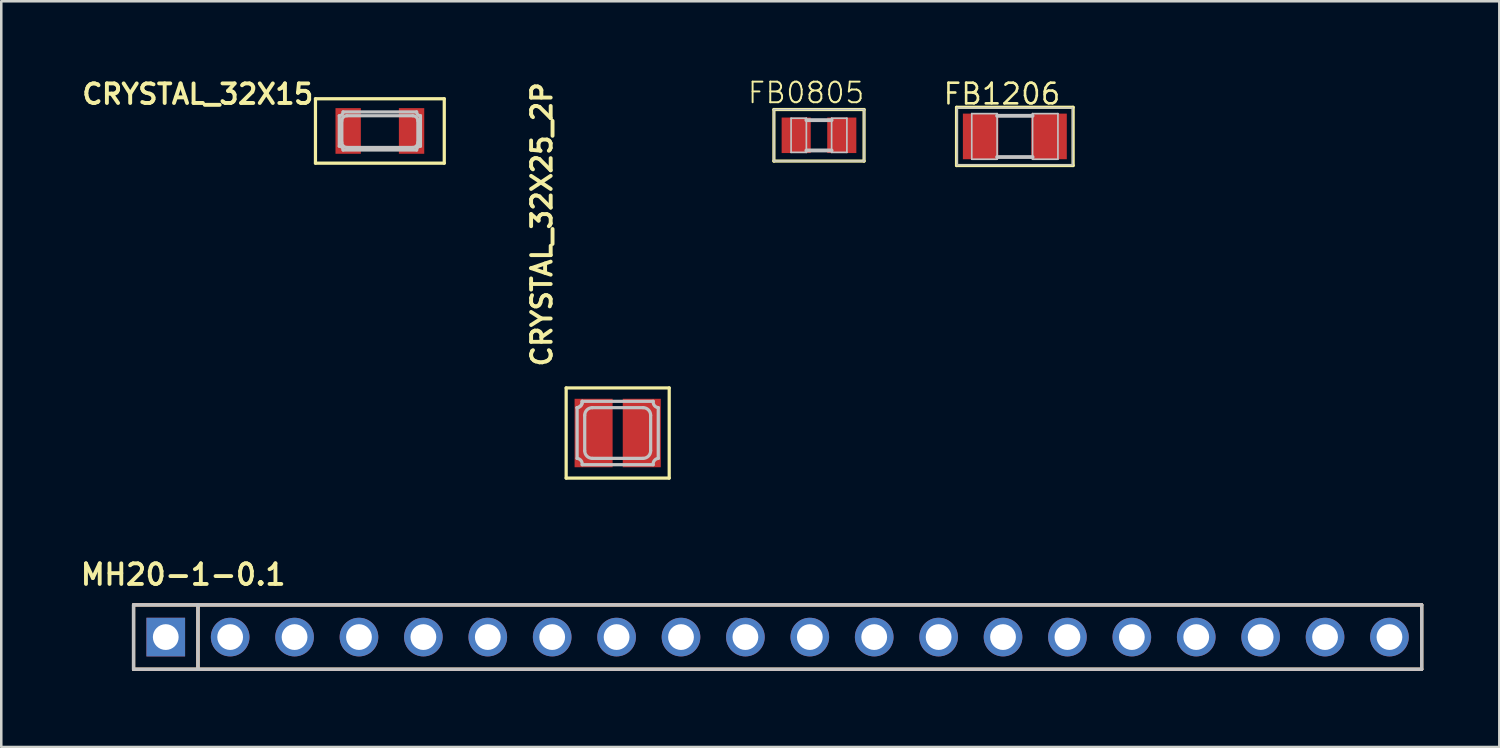
<source format=kicad_pcb>
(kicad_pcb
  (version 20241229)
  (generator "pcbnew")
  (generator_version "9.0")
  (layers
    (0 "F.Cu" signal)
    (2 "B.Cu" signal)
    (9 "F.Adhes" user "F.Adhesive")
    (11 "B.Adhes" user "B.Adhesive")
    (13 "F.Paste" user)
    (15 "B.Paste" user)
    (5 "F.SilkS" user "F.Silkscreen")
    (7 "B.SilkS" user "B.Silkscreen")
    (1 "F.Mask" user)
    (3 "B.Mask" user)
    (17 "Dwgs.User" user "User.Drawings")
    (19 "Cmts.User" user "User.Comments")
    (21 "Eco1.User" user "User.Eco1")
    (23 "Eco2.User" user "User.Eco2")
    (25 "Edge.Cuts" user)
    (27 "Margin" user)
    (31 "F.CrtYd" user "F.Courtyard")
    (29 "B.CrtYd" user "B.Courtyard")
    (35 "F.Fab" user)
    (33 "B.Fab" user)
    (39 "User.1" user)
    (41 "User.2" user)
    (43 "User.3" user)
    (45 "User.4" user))
  (footprint "FB0805"
    (layer "F.Cu")
    (at 29.249 2.286)
    (property "Reference" "FB0805" (at -0.508 -1.676 0) (layer "F.SilkS") (effects (font (size 0.813 0.813) (thickness 0.076))))
    (attr smd)
    (fp_line (start -1.778 -1.016) (end -1.778 1.016) (stroke (width 0.127) (type solid)) (layer "F.SilkS"))
    (fp_line (start -1.778 1.016) (end 1.778 1.016) (stroke (width 0.127) (type solid)) (layer "F.SilkS"))
    (fp_line (start 1.778 -1.016) (end -1.778 -1.016) (stroke (width 0.127) (type solid)) (layer "F.SilkS"))
    (fp_line (start 1.778 1.016) (end 1.778 -1.016) (stroke (width 0.127) (type solid)) (layer "F.SilkS"))
    (fp_line (start -1.778 -1.016) (end 1.778 -1.016) (stroke (width 0.051) (type solid)) (layer "Dwgs.User"))
    (fp_line (start -1.778 1.016) (end -1.778 -1.016) (stroke (width 0.051) (type solid)) (layer "Dwgs.User"))
    (fp_line (start -1.1 -0.673) (end -0.498 -0.673) (stroke (width 0.066) (type solid)) (layer "Dwgs.User"))
    (fp_line (start -1.1 0.673) (end -1.1 -0.673) (stroke (width 0.066) (type solid)) (layer "Dwgs.User"))
    (fp_line (start -1.1 0.673) (end -0.498 0.673) (stroke (width 0.066) (type solid)) (layer "Dwgs.User"))
    (fp_line (start -0.498 -0.599) (end 0.498 -0.599) (stroke (width 0.152) (type solid)) (layer "Dwgs.User"))
    (fp_line (start -0.498 0.599) (end 0.498 0.599) (stroke (width 0.152) (type solid)) (layer "Dwgs.User"))
    (fp_line (start -0.498 0.673) (end -0.498 -0.673) (stroke (width 0.066) (type solid)) (layer "Dwgs.User"))
    (fp_line (start 0.498 -0.673) (end 1.1 -0.673) (stroke (width 0.066) (type solid)) (layer "Dwgs.User"))
    (fp_line (start 0.498 0.673) (end 0.498 -0.673) (stroke (width 0.066) (type solid)) (layer "Dwgs.User"))
    (fp_line (start 0.498 0.673) (end 1.1 0.673) (stroke (width 0.066) (type solid)) (layer "Dwgs.User"))
    (fp_line (start 1.1 0.673) (end 1.1 -0.673) (stroke (width 0.066) (type solid)) (layer "Dwgs.User"))
    (fp_line (start 1.778 -1.016) (end 1.778 1.016) (stroke (width 0.051) (type solid)) (layer "Dwgs.User"))
    (fp_line (start 1.778 1.016) (end -1.778 1.016) (stroke (width 0.051) (type solid)) (layer "Dwgs.User"))
    (pad "1" smd rect (at -0.899 0) (size 1.148 1.4) (layers "F.Cu" "F.Mask" "F.Paste"))
    (pad "2" smd rect (at 0.899 0) (size 1.148 1.4) (layers "F.Cu" "F.Mask" "F.Paste")))
  (footprint "MH20-1-0.1"
    (layer "F.Cu")
    (at 3.487 22.075)
    (property "Reference" "MH20-1-0.1" (at 0.686 -2.464 0) (layer "F.SilkS") (effects (font (size 0.813 0.813) (thickness 0.152))))
    (attr exclude_from_pos_files exclude_from_bom)
    (fp_line (start -1.27 -1.27) (end 1.27 -1.27) (stroke (width 0.127) (type solid)) (layer "F.SilkS"))
    (fp_line (start -1.27 1.27) (end -1.27 -1.27) (stroke (width 0.127) (type solid)) (layer "F.SilkS"))
    (fp_line (start 1.27 -1.27) (end 1.27 1.27) (stroke (width 0.127) (type solid)) (layer "F.SilkS"))
    (fp_line (start 1.27 -1.27) (end 49.53 -1.27) (stroke (width 0.127) (type solid)) (layer "F.SilkS"))
    (fp_line (start 1.27 1.27) (end -1.27 1.27) (stroke (width 0.127) (type solid)) (layer "F.SilkS"))
    (fp_line (start 49.53 -1.27) (end 49.53 1.27) (stroke (width 0.127) (type solid)) (layer "F.SilkS"))
    (fp_line (start 49.53 1.27) (end 1.27 1.27) (stroke (width 0.127) (type solid)) (layer "F.SilkS"))
    (fp_line (start -1.27 -1.27) (end 1.27 -1.27) (stroke (width 0.127) (type solid)) (layer "B.SilkS"))
    (fp_line (start -1.27 1.27) (end -1.27 -1.27) (stroke (width 0.127) (type solid)) (layer "B.SilkS"))
    (fp_line (start 1.27 -1.27) (end 1.27 1.27) (stroke (width 0.127) (type solid)) (layer "B.SilkS"))
    (fp_line (start 1.27 -1.27) (end 49.53 -1.27) (stroke (width 0.127) (type solid)) (layer "B.SilkS"))
    (fp_line (start 1.27 1.27) (end -1.27 1.27) (stroke (width 0.127) (type solid)) (layer "B.SilkS"))
    (fp_line (start 49.53 -1.27) (end 49.53 1.27) (stroke (width 0.127) (type solid)) (layer "B.SilkS"))
    (fp_line (start 49.53 1.27) (end 1.27 1.27) (stroke (width 0.127) (type solid)) (layer "B.SilkS"))
    (fp_line (start -1.27 -1.27) (end 1.27 -1.27) (stroke (width 0.127) (type solid)) (layer "Dwgs.User"))
    (fp_line (start -1.27 1.27) (end -1.27 -1.27) (stroke (width 0.127) (type solid)) (layer "Dwgs.User"))
    (fp_line (start -0.254 -0.254) (end 0.254 -0.254) (stroke (width 0.066) (type solid)) (layer "Dwgs.User"))
    (fp_line (start -0.254 0.254) (end -0.254 -0.254) (stroke (width 0.066) (type solid)) (layer "Dwgs.User"))
    (fp_line (start -0.254 0.254) (end 0.254 0.254) (stroke (width 0.066) (type solid)) (layer "Dwgs.User"))
    (fp_line (start 0.254 0.254) (end 0.254 -0.254) (stroke (width 0.066) (type solid)) (layer "Dwgs.User"))
    (fp_line (start 1.27 -1.27) (end 1.27 1.27) (stroke (width 0.127) (type solid)) (layer "Dwgs.User"))
    (fp_line (start 1.27 -1.27) (end 49.53 -1.27) (stroke (width 0.127) (type solid)) (layer "Dwgs.User"))
    (fp_line (start 1.27 1.27) (end -1.27 1.27) (stroke (width 0.127) (type solid)) (layer "Dwgs.User"))
    (fp_line (start 2.286 -0.254) (end 2.794 -0.254) (stroke (width 0.066) (type solid)) (layer "Dwgs.User"))
    (fp_line (start 2.286 0.254) (end 2.286 -0.254) (stroke (width 0.066) (type solid)) (layer "Dwgs.User"))
    (fp_line (start 2.286 0.254) (end 2.794 0.254) (stroke (width 0.066) (type solid)) (layer "Dwgs.User"))
    (fp_line (start 2.794 0.254) (end 2.794 -0.254) (stroke (width 0.066) (type solid)) (layer "Dwgs.User"))
    (fp_line (start 4.826 -0.254) (end 5.334 -0.254) (stroke (width 0.066) (type solid)) (layer "Dwgs.User"))
    (fp_line (start 4.826 0.254) (end 4.826 -0.254) (stroke (width 0.066) (type solid)) (layer "Dwgs.User"))
    (fp_line (start 4.826 0.254) (end 5.334 0.254) (stroke (width 0.066) (type solid)) (layer "Dwgs.User"))
    (fp_line (start 5.334 0.254) (end 5.334 -0.254) (stroke (width 0.066) (type solid)) (layer "Dwgs.User"))
    (fp_line (start 7.366 -0.254) (end 7.874 -0.254) (stroke (width 0.066) (type solid)) (layer "Dwgs.User"))
    (fp_line (start 7.366 0.254) (end 7.366 -0.254) (stroke (width 0.066) (type solid)) (layer "Dwgs.User"))
    (fp_line (start 7.366 0.254) (end 7.874 0.254) (stroke (width 0.066) (type solid)) (layer "Dwgs.User"))
    (fp_line (start 7.874 0.254) (end 7.874 -0.254) (stroke (width 0.066) (type solid)) (layer "Dwgs.User"))
    (fp_line (start 9.906 -0.254) (end 10.414 -0.254) (stroke (width 0.066) (type solid)) (layer "Dwgs.User"))
    (fp_line (start 9.906 0.254) (end 9.906 -0.254) (stroke (width 0.066) (type solid)) (layer "Dwgs.User"))
    (fp_line (start 9.906 0.254) (end 10.414 0.254) (stroke (width 0.066) (type solid)) (layer "Dwgs.User"))
    (fp_line (start 10.414 0.254) (end 10.414 -0.254) (stroke (width 0.066) (type solid)) (layer "Dwgs.User"))
    (fp_line (start 12.446 -0.254) (end 12.954 -0.254) (stroke (width 0.066) (type solid)) (layer "Dwgs.User"))
    (fp_line (start 12.446 0.254) (end 12.446 -0.254) (stroke (width 0.066) (type solid)) (layer "Dwgs.User"))
    (fp_line (start 12.446 0.254) (end 12.954 0.254) (stroke (width 0.066) (type solid)) (layer "Dwgs.User"))
    (fp_line (start 12.954 0.254) (end 12.954 -0.254) (stroke (width 0.066) (type solid)) (layer "Dwgs.User"))
    (fp_line (start 14.986 -0.254) (end 15.494 -0.254) (stroke (width 0.066) (type solid)) (layer "Dwgs.User"))
    (fp_line (start 14.986 0.254) (end 14.986 -0.254) (stroke (width 0.066) (type solid)) (layer "Dwgs.User"))
    (fp_line (start 14.986 0.254) (end 15.494 0.254) (stroke (width 0.066) (type solid)) (layer "Dwgs.User"))
    (fp_line (start 15.494 0.254) (end 15.494 -0.254) (stroke (width 0.066) (type solid)) (layer "Dwgs.User"))
    (fp_line (start 17.523 -0.254) (end 18.034 -0.254) (stroke (width 0.066) (type solid)) (layer "Dwgs.User"))
    (fp_line (start 17.523 0.254) (end 17.523 -0.254) (stroke (width 0.066) (type solid)) (layer "Dwgs.User"))
    (fp_line (start 17.523 0.254) (end 18.034 0.254) (stroke (width 0.066) (type solid)) (layer "Dwgs.User"))
    (fp_line (start 18.034 0.254) (end 18.034 -0.254) (stroke (width 0.066) (type solid)) (layer "Dwgs.User"))
    (fp_line (start 20.066 -0.254) (end 20.574 -0.254) (stroke (width 0.066) (type solid)) (layer "Dwgs.User"))
    (fp_line (start 20.066 0.254) (end 20.066 -0.254) (stroke (width 0.066) (type solid)) (layer "Dwgs.User"))
    (fp_line (start 20.066 0.254) (end 20.574 0.254) (stroke (width 0.066) (type solid)) (layer "Dwgs.User"))
    (fp_line (start 20.574 0.254) (end 20.574 -0.254) (stroke (width 0.066) (type solid)) (layer "Dwgs.User"))
    (fp_line (start 22.606 -0.254) (end 23.114 -0.254) (stroke (width 0.066) (type solid)) (layer "Dwgs.User"))
    (fp_line (start 22.606 0.254) (end 22.606 -0.254) (stroke (width 0.066) (type solid)) (layer "Dwgs.User"))
    (fp_line (start 22.606 0.254) (end 23.114 0.254) (stroke (width 0.066) (type solid)) (layer "Dwgs.User"))
    (fp_line (start 23.114 0.254) (end 23.114 -0.254) (stroke (width 0.066) (type solid)) (layer "Dwgs.User"))
    (fp_line (start 25.146 -0.254) (end 25.654 -0.254) (stroke (width 0.066) (type solid)) (layer "Dwgs.User"))
    (fp_line (start 25.146 0.254) (end 25.146 -0.254) (stroke (width 0.066) (type solid)) (layer "Dwgs.User"))
    (fp_line (start 25.146 0.254) (end 25.654 0.254) (stroke (width 0.066) (type solid)) (layer "Dwgs.User"))
    (fp_line (start 25.654 0.254) (end 25.654 -0.254) (stroke (width 0.066) (type solid)) (layer "Dwgs.User"))
    (fp_line (start 27.686 -0.254) (end 28.194 -0.254) (stroke (width 0.066) (type solid)) (layer "Dwgs.User"))
    (fp_line (start 27.686 0.254) (end 27.686 -0.254) (stroke (width 0.066) (type solid)) (layer "Dwgs.User"))
    (fp_line (start 27.686 0.254) (end 28.194 0.254) (stroke (width 0.066) (type solid)) (layer "Dwgs.User"))
    (fp_line (start 28.194 0.254) (end 28.194 -0.254) (stroke (width 0.066) (type solid)) (layer "Dwgs.User"))
    (fp_line (start 30.226 -0.254) (end 30.734 -0.254) (stroke (width 0.066) (type solid)) (layer "Dwgs.User"))
    (fp_line (start 30.226 0.254) (end 30.226 -0.254) (stroke (width 0.066) (type solid)) (layer "Dwgs.User"))
    (fp_line (start 30.226 0.254) (end 30.734 0.254) (stroke (width 0.066) (type solid)) (layer "Dwgs.User"))
    (fp_line (start 30.734 0.254) (end 30.734 -0.254) (stroke (width 0.066) (type solid)) (layer "Dwgs.User"))
    (fp_line (start 32.766 -0.254) (end 33.274 -0.254) (stroke (width 0.066) (type solid)) (layer "Dwgs.User"))
    (fp_line (start 32.766 0.254) (end 32.766 -0.254) (stroke (width 0.066) (type solid)) (layer "Dwgs.User"))
    (fp_line (start 32.766 0.254) (end 33.274 0.254) (stroke (width 0.066) (type solid)) (layer "Dwgs.User"))
    (fp_line (start 33.274 0.254) (end 33.274 -0.254) (stroke (width 0.066) (type solid)) (layer "Dwgs.User"))
    (fp_line (start 35.303 -0.254) (end 35.814 -0.254) (stroke (width 0.066) (type solid)) (layer "Dwgs.User"))
    (fp_line (start 35.303 0.254) (end 35.303 -0.254) (stroke (width 0.066) (type solid)) (layer "Dwgs.User"))
    (fp_line (start 35.303 0.254) (end 35.814 0.254) (stroke (width 0.066) (type solid)) (layer "Dwgs.User"))
    (fp_line (start 35.814 0.254) (end 35.814 -0.254) (stroke (width 0.066) (type solid)) (layer "Dwgs.User"))
    (fp_line (start 37.846 -0.254) (end 38.354 -0.254) (stroke (width 0.066) (type solid)) (layer "Dwgs.User"))
    (fp_line (start 37.846 0.254) (end 37.846 -0.254) (stroke (width 0.066) (type solid)) (layer "Dwgs.User"))
    (fp_line (start 37.846 0.254) (end 38.354 0.254) (stroke (width 0.066) (type solid)) (layer "Dwgs.User"))
    (fp_line (start 38.354 0.254) (end 38.354 -0.254) (stroke (width 0.066) (type solid)) (layer "Dwgs.User"))
    (fp_line (start 40.386 -0.254) (end 40.894 -0.254) (stroke (width 0.066) (type solid)) (layer "Dwgs.User"))
    (fp_line (start 40.386 0.254) (end 40.386 -0.254) (stroke (width 0.066) (type solid)) (layer "Dwgs.User"))
    (fp_line (start 40.386 0.254) (end 40.894 0.254) (stroke (width 0.066) (type solid)) (layer "Dwgs.User"))
    (fp_line (start 40.894 0.254) (end 40.894 -0.254) (stroke (width 0.066) (type solid)) (layer "Dwgs.User"))
    (fp_line (start 42.926 -0.254) (end 43.434 -0.254) (stroke (width 0.066) (type solid)) (layer "Dwgs.User"))
    (fp_line (start 42.926 0.254) (end 42.926 -0.254) (stroke (width 0.066) (type solid)) (layer "Dwgs.User"))
    (fp_line (start 42.926 0.254) (end 43.434 0.254) (stroke (width 0.066) (type solid)) (layer "Dwgs.User"))
    (fp_line (start 43.434 0.254) (end 43.434 -0.254) (stroke (width 0.066) (type solid)) (layer "Dwgs.User"))
    (fp_line (start 45.466 -0.254) (end 45.974 -0.254) (stroke (width 0.066) (type solid)) (layer "Dwgs.User"))
    (fp_line (start 45.466 0.254) (end 45.466 -0.254) (stroke (width 0.066) (type solid)) (layer "Dwgs.User"))
    (fp_line (start 45.466 0.254) (end 45.974 0.254) (stroke (width 0.066) (type solid)) (layer "Dwgs.User"))
    (fp_line (start 45.974 0.254) (end 45.974 -0.254) (stroke (width 0.066) (type solid)) (layer "Dwgs.User"))
    (fp_line (start 48.006 -0.254) (end 48.514 -0.254) (stroke (width 0.066) (type solid)) (layer "Dwgs.User"))
    (fp_line (start 48.006 0.254) (end 48.006 -0.254) (stroke (width 0.066) (type solid)) (layer "Dwgs.User"))
    (fp_line (start 48.006 0.254) (end 48.514 0.254) (stroke (width 0.066) (type solid)) (layer "Dwgs.User"))
    (fp_line (start 48.514 0.254) (end 48.514 -0.254) (stroke (width 0.066) (type solid)) (layer "Dwgs.User"))
    (fp_line (start 49.53 -1.27) (end 49.53 1.27) (stroke (width 0.127) (type solid)) (layer "Dwgs.User"))
    (fp_line (start 49.53 1.27) (end 1.27 1.27) (stroke (width 0.127) (type solid)) (layer "Dwgs.User"))
    (pad "1" thru_hole rect (at 0 0) (size 1.524 1.524) (drill 1.016) (layers "*.Cu" "*.Paste" "*.Mask"))
    (pad "2" thru_hole circle (at 2.54 0) (size 1.524 1.524) (drill 1.016) (layers "*.Cu" "*.Paste" "*.Mask"))
    (pad "3" thru_hole circle (at 5.08 0) (size 1.524 1.524) (drill 1.016) (layers "*.Cu" "*.Paste" "*.Mask"))
    (pad "4" thru_hole circle (at 7.62 0) (size 1.524 1.524) (drill 1.016) (layers "*.Cu" "*.Paste" "*.Mask"))
    (pad "5" thru_hole circle (at 10.16 0) (size 1.524 1.524) (drill 1.016) (layers "*.Cu" "*.Paste" "*.Mask"))
    (pad "6" thru_hole circle (at 12.7 0) (size 1.524 1.524) (drill 1.016) (layers "*.Cu" "*.Paste" "*.Mask"))
    (pad "7" thru_hole circle (at 15.24 0) (size 1.524 1.524) (drill 1.016) (layers "*.Cu" "*.Paste" "*.Mask"))
    (pad "8" thru_hole circle (at 17.78 0) (size 1.524 1.524) (drill 1.016) (layers "*.Cu" "*.Paste" "*.Mask"))
    (pad "9" thru_hole circle (at 20.32 0) (size 1.524 1.524) (drill 1.016) (layers "*.Cu" "*.Paste" "*.Mask"))
    (pad "10" thru_hole circle (at 22.86 0) (size 1.524 1.524) (drill 1.016) (layers "*.Cu" "*.Paste" "*.Mask"))
    (pad "11" thru_hole circle (at 25.4 0) (size 1.524 1.524) (drill 1.016) (layers "*.Cu" "*.Paste" "*.Mask"))
    (pad "12" thru_hole circle (at 27.94 0) (size 1.524 1.524) (drill 1.016) (layers "*.Cu" "*.Paste" "*.Mask"))
    (pad "13" thru_hole circle (at 30.48 0) (size 1.524 1.524) (drill 1.016) (layers "*.Cu" "*.Paste" "*.Mask"))
    (pad "14" thru_hole circle (at 33.02 0) (size 1.524 1.524) (drill 1.016) (layers "*.Cu" "*.Paste" "*.Mask"))
    (pad "15" thru_hole circle (at 35.56 0) (size 1.524 1.524) (drill 1.016) (layers "*.Cu" "*.Paste" "*.Mask"))
    (pad "16" thru_hole circle (at 38.1 0) (size 1.524 1.524) (drill 1.016) (layers "*.Cu" "*.Paste" "*.Mask"))
    (pad "17" thru_hole circle (at 40.64 0) (size 1.524 1.524) (drill 1.016) (layers "*.Cu" "*.Paste" "*.Mask"))
    (pad "18" thru_hole circle (at 43.18 0) (size 1.524 1.524) (drill 1.016) (layers "*.Cu" "*.Paste" "*.Mask"))
    (pad "19" thru_hole circle (at 45.72 0) (size 1.524 1.524) (drill 1.016) (layers "*.Cu" "*.Paste" "*.Mask"))
    (pad "20" thru_hole circle (at 48.26 0) (size 1.524 1.524) (drill 1.016) (layers "*.Cu" "*.Paste" "*.Mask")))
  (footprint "FB1206"
    (layer "F.Cu")
    (at 36.973 2.33)
    (property "Reference" "FB1206" (at -0.508 -1.676 0) (layer "F.SilkS") (effects (font (size 0.813 0.813) (thickness 0.102))))
    (attr smd)
    (fp_line (start -2.299 -1.148) (end -2.299 1.148) (stroke (width 0.127) (type solid)) (layer "F.SilkS"))
    (fp_line (start -2.299 1.148) (end 2.299 1.148) (stroke (width 0.127) (type solid)) (layer "F.SilkS"))
    (fp_line (start 2.299 -1.148) (end -2.299 -1.148) (stroke (width 0.127) (type solid)) (layer "F.SilkS"))
    (fp_line (start 2.299 1.148) (end 2.299 -1.148) (stroke (width 0.127) (type solid)) (layer "F.SilkS"))
    (fp_line (start -2.273 -1.123) (end -2.273 1.123) (stroke (width 0.051) (type solid)) (layer "Dwgs.User"))
    (fp_line (start -2.273 1.123) (end 2.273 1.123) (stroke (width 0.051) (type solid)) (layer "Dwgs.User"))
    (fp_line (start -1.699 -0.899) (end -0.699 -0.899) (stroke (width 0.066) (type solid)) (layer "Dwgs.User"))
    (fp_line (start -1.699 0.899) (end -1.699 -0.899) (stroke (width 0.066) (type solid)) (layer "Dwgs.User"))
    (fp_line (start -1.699 0.899) (end -0.699 0.899) (stroke (width 0.066) (type solid)) (layer "Dwgs.User"))
    (fp_line (start -0.699 0.899) (end -0.699 -0.899) (stroke (width 0.066) (type solid)) (layer "Dwgs.User"))
    (fp_line (start 0.699 -0.899) (end 1.699 -0.899) (stroke (width 0.066) (type solid)) (layer "Dwgs.User"))
    (fp_line (start 0.699 -0.813) (end -0.699 -0.813) (stroke (width 0.152) (type solid)) (layer "Dwgs.User"))
    (fp_line (start 0.699 0.813) (end -0.699 0.813) (stroke (width 0.152) (type solid)) (layer "Dwgs.User"))
    (fp_line (start 0.699 0.899) (end 0.699 -0.899) (stroke (width 0.066) (type solid)) (layer "Dwgs.User"))
    (fp_line (start 0.699 0.899) (end 1.699 0.899) (stroke (width 0.066) (type solid)) (layer "Dwgs.User"))
    (fp_line (start 1.699 0.899) (end 1.699 -0.899) (stroke (width 0.066) (type solid)) (layer "Dwgs.User"))
    (fp_line (start 2.273 -1.123) (end -2.273 -1.123) (stroke (width 0.051) (type solid)) (layer "Dwgs.User"))
    (fp_line (start 2.273 1.123) (end 2.273 -1.123) (stroke (width 0.051) (type solid)) (layer "Dwgs.User"))
    (pad "1" smd rect (at -1.349 0) (size 1.4 1.798) (layers "F.Cu" "F.Mask" "F.Paste"))
    (pad "2" smd rect (at 1.349 0) (size 1.4 1.798) (layers "F.Cu" "F.Mask" "F.Paste")))
  (footprint "CRYSTAL_32X25_2P"
    (layer "F.Cu")
    (at 21.31 14.027)
    (property "Reference" "CRYSTAL_32X25_2P" (at -2.54 -2.54 90) (layer "F.SilkS") (effects (font (size 0.772 0.772) (thickness 0.154)) (justify left bottom)))
    (attr through_hole)
    (fp_line (start -2.032 -1.778) (end 2.032 -1.778) (stroke (width 0.127) (type solid)) (layer "F.SilkS"))
    (fp_line (start -2.032 1.778) (end -2.032 -1.778) (stroke (width 0.127) (type solid)) (layer "F.SilkS"))
    (fp_line (start 2.032 -1.778) (end 2.032 1.778) (stroke (width 0.127) (type solid)) (layer "F.SilkS"))
    (fp_line (start 2.032 1.778) (end -2.032 1.778) (stroke (width 0.127) (type solid)) (layer "F.SilkS"))
    (fp_line (start -1.6 -1) (end -1.6 1) (stroke (width 0.127) (type solid)) (layer "Dwgs.User"))
    (fp_line (start -1.4 1.25) (end 1.4 1.25) (stroke (width 0.127) (type solid)) (layer "Dwgs.User"))
    (fp_line (start -1.3 -0.7) (end -1.3 0.7) (stroke (width 0.127) (type solid)) (layer "Dwgs.User"))
    (fp_line (start -1 1) (end 1 1) (stroke (width 0.127) (type solid)) (layer "Dwgs.User"))
    (fp_line (start 1 -1) (end -1 -1) (stroke (width 0.127) (type solid)) (layer "Dwgs.User"))
    (fp_line (start 1.3 0.7) (end 1.3 -0.7) (stroke (width 0.127) (type solid)) (layer "Dwgs.User"))
    (fp_line (start 1.4 -1.25) (end -1.4 -1.25) (stroke (width 0.127) (type solid)) (layer "Dwgs.User"))
    (fp_line (start 1.6 1) (end 1.6 -1) (stroke (width 0.127) (type solid)) (layer "Dwgs.User"))
    (fp_arc (start -1.6 1) (mid -1.448223 1.083579) (end -1.4 1.25) (stroke (width 0.127) (type solid)) (layer "Dwgs.User"))
    (fp_arc (start -1.4 -1.25) (mid -1.448223 -1.083579) (end -1.6 -1) (stroke (width 0.127) (type solid)) (layer "Dwgs.User"))
    (fp_arc (start -1.4 -1.25) (mid -1.448223 -1.083579) (end -1.6 -1) (stroke (width 0.127) (type solid)) (layer "Dwgs.User"))
    (fp_arc (start -1.3 -0.7) (mid -1.212132 -0.912132) (end -1 -1) (stroke (width 0.127) (type solid)) (layer "Dwgs.User"))
    (fp_arc (start -1 1) (mid -1.212132 0.912132) (end -1.3 0.7) (stroke (width 0.127) (type solid)) (layer "Dwgs.User"))
    (fp_arc (start 1 -1) (mid 1.212132 -0.912132) (end 1.3 -0.7) (stroke (width 0.127) (type solid)) (layer "Dwgs.User"))
    (fp_arc (start 1.3 0.7) (mid 1.212132 0.912132) (end 1 1) (stroke (width 0.127) (type solid)) (layer "Dwgs.User"))
    (fp_arc (start 1.4 1.25) (mid 1.448223 1.083579) (end 1.6 1) (stroke (width 0.127) (type solid)) (layer "Dwgs.User"))
    (fp_arc (start 1.6 -1) (mid 1.448223 -1.083579) (end 1.4 -1.25) (stroke (width 0.127) (type solid)) (layer "Dwgs.User"))
    (pad "1" smd rect (at -0.95 0) (size 1.5 2.7) (layers "F.Cu" "F.Mask" "F.Paste"))
    (pad "2" smd rect (at 0.95 0) (size 1.5 2.7) (layers "F.Cu" "F.Mask" "F.Paste")))
  (footprint "CRYSTAL_32X15"
    (layer "F.Cu")
    (at 11.931 2.115)
    (property "Reference" "CRYSTAL_32X15" (at -2.54 -1.905 0) (layer "F.SilkS") (effects (font (size 0.772 0.772) (thickness 0.154)) (justify right top)))
    (attr through_hole)
    (fp_line (start -2.54 -1.27) (end 2.54 -1.27) (stroke (width 0.127) (type solid)) (layer "F.SilkS"))
    (fp_line (start -2.54 1.27) (end -2.54 -1.27) (stroke (width 0.127) (type solid)) (layer "F.SilkS"))
    (fp_line (start 2.54 -1.27) (end 2.54 1.27) (stroke (width 0.127) (type solid)) (layer "F.SilkS"))
    (fp_line (start 2.54 1.27) (end -2.54 1.27) (stroke (width 0.127) (type solid)) (layer "F.SilkS"))
    (fp_line (start -1.6 0.6) (end -1.6 -0.6) (stroke (width 0.127) (type solid)) (layer "Dwgs.User"))
    (fp_line (start -1.5 0.45) (end -1.5 -0.4) (stroke (width 0.127) (type solid)) (layer "Dwgs.User"))
    (fp_line (start -1.45 -0.75) (end 1.45 -0.75) (stroke (width 0.127) (type solid)) (layer "Dwgs.User"))
    (fp_line (start -1.3 -0.6) (end 1.3 -0.6) (stroke (width 0.127) (type solid)) (layer "Dwgs.User"))
    (fp_line (start 1.3 0.65) (end -1.3 0.65) (stroke (width 0.127) (type solid)) (layer "Dwgs.User"))
    (fp_line (start 1.45 0.75) (end -1.45 0.75) (stroke (width 0.127) (type solid)) (layer "Dwgs.User"))
    (fp_line (start 1.5 -0.4) (end 1.5 0.45) (stroke (width 0.127) (type solid)) (layer "Dwgs.User"))
    (fp_line (start 1.6 -0.6) (end 1.6 0.6) (stroke (width 0.127) (type solid)) (layer "Dwgs.User"))
    (fp_arc (start -1.6 0.6) (mid -1.493934 0.643934) (end -1.45 0.75) (stroke (width 0.127) (type solid)) (layer "Dwgs.User"))
    (fp_arc (start -1.5 -0.4) (mid -1.441421 -0.541421) (end -1.3 -0.6) (stroke (width 0.127) (type solid)) (layer "Dwgs.User"))
    (fp_arc (start -1.45 -0.75) (mid -1.493934 -0.643934) (end -1.6 -0.6) (stroke (width 0.127) (type solid)) (layer "Dwgs.User"))
    (fp_arc (start -1.3 0.65) (mid -1.441421 0.591421) (end -1.5 0.45) (stroke (width 0.127) (type solid)) (layer "Dwgs.User"))
    (fp_arc (start 1.3 -0.6) (mid 1.441421 -0.541421) (end 1.5 -0.4) (stroke (width 0.127) (type solid)) (layer "Dwgs.User"))
    (fp_arc (start 1.45 0.75) (mid 1.493934 0.643934) (end 1.6 0.6) (stroke (width 0.127) (type solid)) (layer "Dwgs.User"))
    (fp_arc (start 1.5 0.45) (mid 1.441421 0.591421) (end 1.3 0.65) (stroke (width 0.127) (type solid)) (layer "Dwgs.User"))
    (fp_arc (start 1.6 -0.6) (mid 1.493934 -0.643934) (end 1.45 -0.75) (stroke (width 0.127) (type solid)) (layer "Dwgs.User"))
    (pad "1" smd rect (at -1.25 0 90) (size 1.8 1) (layers "F.Cu" "F.Mask" "F.Paste"))
    (pad "2" smd rect (at 1.25 0 90) (size 1.8 1) (layers "F.Cu" "F.Mask" "F.Paste")))
  (gr_rect
    (start -3 -3)
    (end 56.08 26.409)
    (stroke (width 0.1) (type default))
    (fill no)
    (layer "Edge.Cuts")))
</source>
